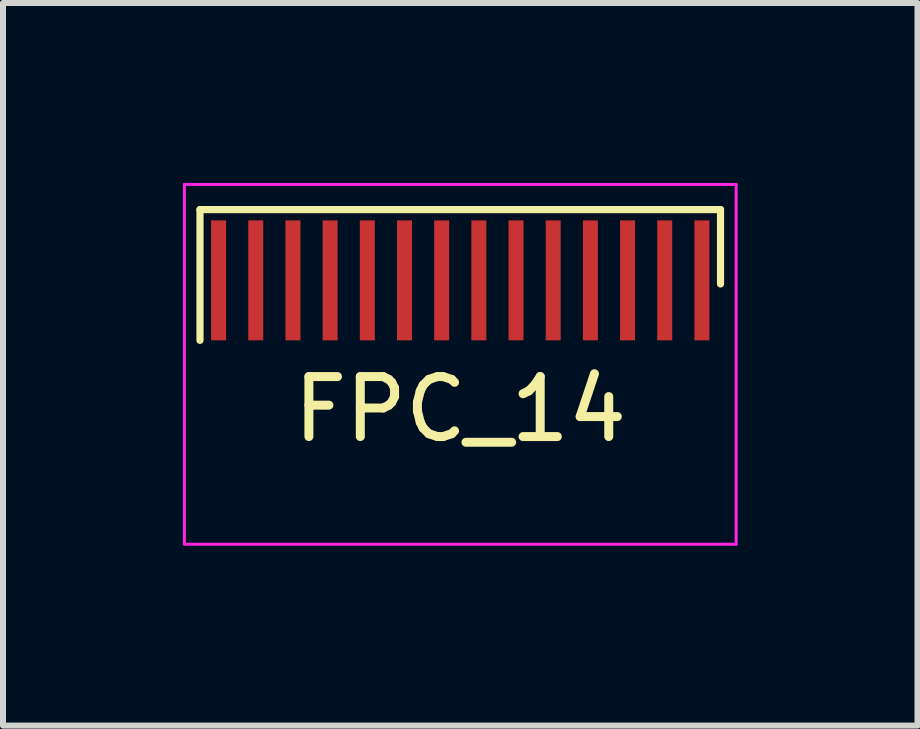
<source format=kicad_pcb>
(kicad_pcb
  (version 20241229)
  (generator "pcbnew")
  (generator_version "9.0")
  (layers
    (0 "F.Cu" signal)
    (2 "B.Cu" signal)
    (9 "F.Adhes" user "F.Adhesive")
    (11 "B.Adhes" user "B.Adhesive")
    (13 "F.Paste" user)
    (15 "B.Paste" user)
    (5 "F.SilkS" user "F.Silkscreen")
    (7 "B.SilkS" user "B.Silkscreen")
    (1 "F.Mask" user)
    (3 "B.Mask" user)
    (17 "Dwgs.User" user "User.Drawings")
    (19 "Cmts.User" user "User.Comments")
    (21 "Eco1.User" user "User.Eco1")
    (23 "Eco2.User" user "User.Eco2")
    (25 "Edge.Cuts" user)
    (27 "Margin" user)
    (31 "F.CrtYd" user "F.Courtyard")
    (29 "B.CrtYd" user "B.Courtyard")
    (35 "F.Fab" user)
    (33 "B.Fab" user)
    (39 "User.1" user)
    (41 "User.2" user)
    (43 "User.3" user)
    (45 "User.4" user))
  (footprint "FPC_14"
    (layer "F.Cu")
    (at 4.625 1.625)
    (property "Reference" "FPC_14" (at 0 2.15 0) (layer "F.SilkS") (effects (font (size 1 1) (thickness 0.15))))
    (attr smd)
    (fp_line (start -4.34 -1.18) (end 4.34 -1.18) (stroke (width 0.12) (type default)) (layer "F.SilkS"))
    (fp_line (start -4.34 1) (end -4.34 -1.18) (stroke (width 0.12) (type default)) (layer "F.SilkS"))
    (fp_line (start 4.34 0.06) (end 4.34 -1.18) (stroke (width 0.12) (type default)) (layer "F.SilkS"))
    (fp_line (start -4.6 -1.6) (end -4.6 4.4) (stroke (width 0.05) (type default)) (layer "F.CrtYd"))
    (fp_line (start -4.6 -1.6) (end 4.6 -1.6) (stroke (width 0.05) (type default)) (layer "F.CrtYd"))
    (fp_line (start -4.6 4.4) (end 4.6 4.4) (stroke (width 0.05) (type default)) (layer "F.CrtYd"))
    (fp_line (start 4.6 -1.6) (end 4.6 4.4) (stroke (width 0.05) (type default)) (layer "F.CrtYd"))
    (pad "1" smd rect (at -4.03 0) (size 0.25 2) (layers "F.Cu" "F.Mask" "F.Paste"))
    (pad "2" smd rect (at -3.41 0) (size 0.25 2) (layers "F.Cu" "F.Mask" "F.Paste"))
    (pad "3" smd rect (at -2.79 0) (size 0.25 2) (layers "F.Cu" "F.Mask" "F.Paste"))
    (pad "4" smd rect (at -2.17 0) (size 0.25 2) (layers "F.Cu" "F.Mask" "F.Paste"))
    (pad "5" smd rect (at -1.55 0) (size 0.25 2) (layers "F.Cu" "F.Mask" "F.Paste"))
    (pad "6" smd rect (at -0.93 0) (size 0.25 2) (layers "F.Cu" "F.Mask" "F.Paste"))
    (pad "7" smd rect (at -0.31 0) (size 0.25 2) (layers "F.Cu" "F.Mask" "F.Paste"))
    (pad "8" smd rect (at 0.31 0) (size 0.25 2) (layers "F.Cu" "F.Mask" "F.Paste"))
    (pad "9" smd rect (at 0.93 0) (size 0.25 2) (layers "F.Cu" "F.Mask" "F.Paste"))
    (pad "10" smd rect (at 1.55 0) (size 0.25 2) (layers "F.Cu" "F.Mask" "F.Paste"))
    (pad "11" smd rect (at 2.17 0) (size 0.25 2) (layers "F.Cu" "F.Mask" "F.Paste"))
    (pad "12" smd rect (at 2.79 0) (size 0.25 2) (layers "F.Cu" "F.Mask" "F.Paste"))
    (pad "13" smd rect (at 3.41 0) (size 0.25 2) (layers "F.Cu" "F.Mask" "F.Paste"))
    (pad "14" smd rect (at 4.03 0) (size 0.25 2) (layers "F.Cu" "F.Mask" "F.Paste")))
  (gr_rect
    (start -3 -3)
    (end 12.25 9.05)
    (stroke (width 0.1) (type default))
    (fill no)
    (layer "Edge.Cuts")))
</source>
